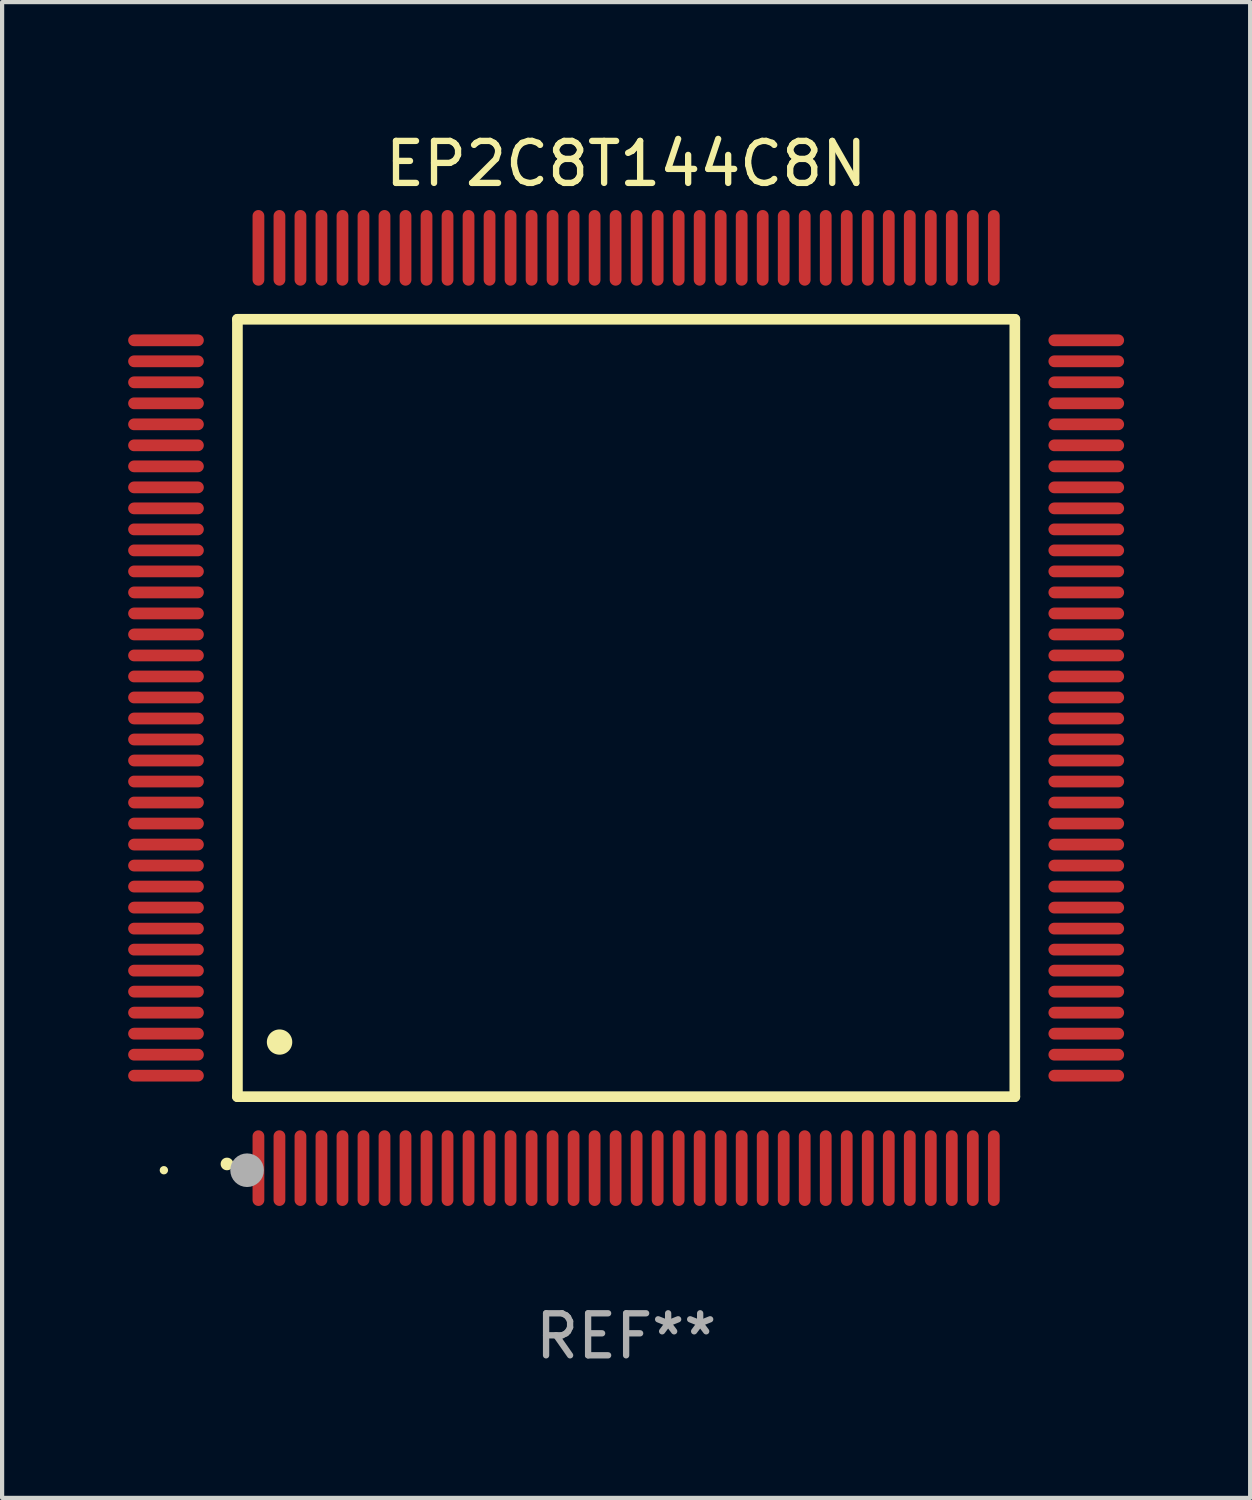
<source format=kicad_pcb>
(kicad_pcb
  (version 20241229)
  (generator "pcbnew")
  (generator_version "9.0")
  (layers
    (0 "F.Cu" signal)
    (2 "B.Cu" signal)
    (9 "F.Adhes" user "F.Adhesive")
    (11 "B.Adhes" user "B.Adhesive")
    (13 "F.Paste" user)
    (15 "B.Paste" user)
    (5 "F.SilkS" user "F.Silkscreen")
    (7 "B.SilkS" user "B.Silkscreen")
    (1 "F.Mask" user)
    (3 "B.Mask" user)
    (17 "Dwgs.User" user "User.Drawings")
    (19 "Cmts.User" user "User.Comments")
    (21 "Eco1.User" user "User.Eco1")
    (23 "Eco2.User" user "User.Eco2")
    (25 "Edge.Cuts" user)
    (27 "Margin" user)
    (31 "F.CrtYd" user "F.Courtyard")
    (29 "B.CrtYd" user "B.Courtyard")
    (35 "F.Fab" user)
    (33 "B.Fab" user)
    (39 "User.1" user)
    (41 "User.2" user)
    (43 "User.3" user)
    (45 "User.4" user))
  (footprint "EP2C8T144C8N"
    (layer "F.Cu")
    (at 11.85 13.798)
    (property "Reference" "EP2C8T144C8N" (at 0 -12.95 0) (layer "F.SilkS") (effects (font (size 1 1) (thickness 0.15))))
    (attr through_hole)
    (fp_line (start -9.25 -9.25) (end -9.25 9.25) (stroke (width 0.254) (type solid)) (layer "F.SilkS"))
    (fp_line (start -9.25 9.25) (end 9.25 9.25) (stroke (width 0.254) (type solid)) (layer "F.SilkS"))
    (fp_line (start 9.25 -9.25) (end -9.25 -9.25) (stroke (width 0.254) (type solid)) (layer "F.SilkS"))
    (fp_line (start 9.25 9.25) (end 9.25 -9.25) (stroke (width 0.254) (type solid)) (layer "F.SilkS"))
    (fp_arc (start -9.499619 10.850902) (mid -9.498349 10.850897) (end -9.497079 10.850902) (stroke (width 0.3) (type solid)) (layer "F.SilkS"))
    (fp_arc (start -8.249936 7.950216) (mid -8.247396 7.950205) (end -8.244856 7.950216) (stroke (width 0.6) (type solid)) (layer "F.SilkS"))
    (fp_circle (center -11 11) (end -10.95 11) (stroke (width 0.1) (type solid)) (fill no) (layer "F.SilkS"))
    (fp_circle (center -9.02 11) (end -8.82 11) (stroke (width 0.4) (type solid)) (fill no) (layer "F.Fab"))
    (fp_text user "REF**" (at 0 14.95 0) (layer "F.Fab") (effects (font (size 1 1) (thickness 0.15))))
    (pad "1" smd oval (at -8.75 10.95) (size 0.28 1.8) (layers "F.Cu" "F.Mask" "F.Paste"))
    (pad "2" smd oval (at -8.25 10.95) (size 0.28 1.8) (layers "F.Cu" "F.Mask" "F.Paste"))
    (pad "3" smd oval (at -7.75 10.95) (size 0.28 1.8) (layers "F.Cu" "F.Mask" "F.Paste"))
    (pad "4" smd oval (at -7.25 10.95) (size 0.28 1.8) (layers "F.Cu" "F.Mask" "F.Paste"))
    (pad "5" smd oval (at -6.75 10.95) (size 0.28 1.8) (layers "F.Cu" "F.Mask" "F.Paste"))
    (pad "6" smd oval (at -6.25 10.95) (size 0.28 1.8) (layers "F.Cu" "F.Mask" "F.Paste"))
    (pad "7" smd oval (at -5.75 10.95) (size 0.28 1.8) (layers "F.Cu" "F.Mask" "F.Paste"))
    (pad "8" smd oval (at -5.25 10.95) (size 0.28 1.8) (layers "F.Cu" "F.Mask" "F.Paste"))
    (pad "9" smd oval (at -4.75 10.95) (size 0.28 1.8) (layers "F.Cu" "F.Mask" "F.Paste"))
    (pad "10" smd oval (at -4.25 10.95) (size 0.28 1.8) (layers "F.Cu" "F.Mask" "F.Paste"))
    (pad "11" smd oval (at -3.75 10.95) (size 0.28 1.8) (layers "F.Cu" "F.Mask" "F.Paste"))
    (pad "12" smd oval (at -3.25 10.95) (size 0.28 1.8) (layers "F.Cu" "F.Mask" "F.Paste"))
    (pad "13" smd oval (at -2.75 10.95) (size 0.28 1.8) (layers "F.Cu" "F.Mask" "F.Paste"))
    (pad "14" smd oval (at -2.25 10.95) (size 0.28 1.8) (layers "F.Cu" "F.Mask" "F.Paste"))
    (pad "15" smd oval (at -1.75 10.95) (size 0.28 1.8) (layers "F.Cu" "F.Mask" "F.Paste"))
    (pad "16" smd oval (at -1.25 10.95) (size 0.28 1.8) (layers "F.Cu" "F.Mask" "F.Paste"))
    (pad "17" smd oval (at -0.75 10.95) (size 0.28 1.8) (layers "F.Cu" "F.Mask" "F.Paste"))
    (pad "18" smd oval (at -0.25 10.95) (size 0.28 1.8) (layers "F.Cu" "F.Mask" "F.Paste"))
    (pad "19" smd oval (at 0.25 10.95) (size 0.28 1.8) (layers "F.Cu" "F.Mask" "F.Paste"))
    (pad "20" smd oval (at 0.75 10.95) (size 0.28 1.8) (layers "F.Cu" "F.Mask" "F.Paste"))
    (pad "21" smd oval (at 1.25 10.95) (size 0.28 1.8) (layers "F.Cu" "F.Mask" "F.Paste"))
    (pad "22" smd oval (at 1.75 10.95) (size 0.28 1.8) (layers "F.Cu" "F.Mask" "F.Paste"))
    (pad "23" smd oval (at 2.25 10.95) (size 0.28 1.8) (layers "F.Cu" "F.Mask" "F.Paste"))
    (pad "24" smd oval (at 2.75 10.95) (size 0.28 1.8) (layers "F.Cu" "F.Mask" "F.Paste"))
    (pad "25" smd oval (at 3.25 10.95) (size 0.28 1.8) (layers "F.Cu" "F.Mask" "F.Paste"))
    (pad "26" smd oval (at 3.75 10.95) (size 0.28 1.8) (layers "F.Cu" "F.Mask" "F.Paste"))
    (pad "27" smd oval (at 4.25 10.95) (size 0.28 1.8) (layers "F.Cu" "F.Mask" "F.Paste"))
    (pad "28" smd oval (at 4.75 10.95) (size 0.28 1.8) (layers "F.Cu" "F.Mask" "F.Paste"))
    (pad "29" smd oval (at 5.25 10.95) (size 0.28 1.8) (layers "F.Cu" "F.Mask" "F.Paste"))
    (pad "30" smd oval (at 5.75 10.95) (size 0.28 1.8) (layers "F.Cu" "F.Mask" "F.Paste"))
    (pad "31" smd oval (at 6.25 10.95) (size 0.28 1.8) (layers "F.Cu" "F.Mask" "F.Paste"))
    (pad "32" smd oval (at 6.75 10.95) (size 0.28 1.8) (layers "F.Cu" "F.Mask" "F.Paste"))
    (pad "33" smd oval (at 7.25 10.95) (size 0.28 1.8) (layers "F.Cu" "F.Mask" "F.Paste"))
    (pad "34" smd oval (at 7.75 10.95) (size 0.28 1.8) (layers "F.Cu" "F.Mask" "F.Paste"))
    (pad "35" smd oval (at 8.25 10.95) (size 0.28 1.8) (layers "F.Cu" "F.Mask" "F.Paste"))
    (pad "36" smd oval (at 8.75 10.95) (size 0.28 1.8) (layers "F.Cu" "F.Mask" "F.Paste"))
    (pad "37" smd oval (at 10.95 8.75) (size 1.8 0.28) (layers "F.Cu" "F.Mask" "F.Paste"))
    (pad "38" smd oval (at 10.95 8.25) (size 1.8 0.28) (layers "F.Cu" "F.Mask" "F.Paste"))
    (pad "39" smd oval (at 10.95 7.75) (size 1.8 0.28) (layers "F.Cu" "F.Mask" "F.Paste"))
    (pad "40" smd oval (at 10.95 7.25) (size 1.8 0.28) (layers "F.Cu" "F.Mask" "F.Paste"))
    (pad "41" smd oval (at 10.95 6.75) (size 1.8 0.28) (layers "F.Cu" "F.Mask" "F.Paste"))
    (pad "42" smd oval (at 10.95 6.25) (size 1.8 0.28) (layers "F.Cu" "F.Mask" "F.Paste"))
    (pad "43" smd oval (at 10.95 5.75) (size 1.8 0.28) (layers "F.Cu" "F.Mask" "F.Paste"))
    (pad "44" smd oval (at 10.95 5.25) (size 1.8 0.28) (layers "F.Cu" "F.Mask" "F.Paste"))
    (pad "45" smd oval (at 10.95 4.75) (size 1.8 0.28) (layers "F.Cu" "F.Mask" "F.Paste"))
    (pad "46" smd oval (at 10.95 4.25) (size 1.8 0.28) (layers "F.Cu" "F.Mask" "F.Paste"))
    (pad "47" smd oval (at 10.95 3.75) (size 1.8 0.28) (layers "F.Cu" "F.Mask" "F.Paste"))
    (pad "48" smd oval (at 10.95 3.25) (size 1.8 0.28) (layers "F.Cu" "F.Mask" "F.Paste"))
    (pad "49" smd oval (at 10.95 2.75) (size 1.8 0.28) (layers "F.Cu" "F.Mask" "F.Paste"))
    (pad "50" smd oval (at 10.95 2.25) (size 1.8 0.28) (layers "F.Cu" "F.Mask" "F.Paste"))
    (pad "51" smd oval (at 10.95 1.75) (size 1.8 0.28) (layers "F.Cu" "F.Mask" "F.Paste"))
    (pad "52" smd oval (at 10.95 1.25) (size 1.8 0.28) (layers "F.Cu" "F.Mask" "F.Paste"))
    (pad "53" smd oval (at 10.95 0.75) (size 1.8 0.28) (layers "F.Cu" "F.Mask" "F.Paste"))
    (pad "54" smd oval (at 10.95 0.25) (size 1.8 0.28) (layers "F.Cu" "F.Mask" "F.Paste"))
    (pad "55" smd oval (at 10.95 -0.25) (size 1.8 0.28) (layers "F.Cu" "F.Mask" "F.Paste"))
    (pad "56" smd oval (at 10.95 -0.75) (size 1.8 0.28) (layers "F.Cu" "F.Mask" "F.Paste"))
    (pad "57" smd oval (at 10.95 -1.25) (size 1.8 0.28) (layers "F.Cu" "F.Mask" "F.Paste"))
    (pad "58" smd oval (at 10.95 -1.75) (size 1.8 0.28) (layers "F.Cu" "F.Mask" "F.Paste"))
    (pad "59" smd oval (at 10.95 -2.25) (size 1.8 0.28) (layers "F.Cu" "F.Mask" "F.Paste"))
    (pad "60" smd oval (at 10.95 -2.75) (size 1.8 0.28) (layers "F.Cu" "F.Mask" "F.Paste"))
    (pad "61" smd oval (at 10.95 -3.25) (size 1.8 0.28) (layers "F.Cu" "F.Mask" "F.Paste"))
    (pad "62" smd oval (at 10.95 -3.75) (size 1.8 0.28) (layers "F.Cu" "F.Mask" "F.Paste"))
    (pad "63" smd oval (at 10.95 -4.25) (size 1.8 0.28) (layers "F.Cu" "F.Mask" "F.Paste"))
    (pad "64" smd oval (at 10.95 -4.75) (size 1.8 0.28) (layers "F.Cu" "F.Mask" "F.Paste"))
    (pad "65" smd oval (at 10.95 -5.25) (size 1.8 0.28) (layers "F.Cu" "F.Mask" "F.Paste"))
    (pad "66" smd oval (at 10.95 -5.75) (size 1.8 0.28) (layers "F.Cu" "F.Mask" "F.Paste"))
    (pad "67" smd oval (at 10.95 -6.25) (size 1.8 0.28) (layers "F.Cu" "F.Mask" "F.Paste"))
    (pad "68" smd oval (at 10.95 -6.75) (size 1.8 0.28) (layers "F.Cu" "F.Mask" "F.Paste"))
    (pad "69" smd oval (at 10.95 -7.25) (size 1.8 0.28) (layers "F.Cu" "F.Mask" "F.Paste"))
    (pad "70" smd oval (at 10.95 -7.75) (size 1.8 0.28) (layers "F.Cu" "F.Mask" "F.Paste"))
    (pad "71" smd oval (at 10.95 -8.25) (size 1.8 0.28) (layers "F.Cu" "F.Mask" "F.Paste"))
    (pad "72" smd oval (at 10.95 -8.75) (size 1.8 0.28) (layers "F.Cu" "F.Mask" "F.Paste"))
    (pad "73" smd oval (at 8.75 -10.95) (size 0.28 1.8) (layers "F.Cu" "F.Mask" "F.Paste"))
    (pad "74" smd oval (at 8.25 -10.95) (size 0.28 1.8) (layers "F.Cu" "F.Mask" "F.Paste"))
    (pad "75" smd oval (at 7.75 -10.95) (size 0.28 1.8) (layers "F.Cu" "F.Mask" "F.Paste"))
    (pad "76" smd oval (at 7.25 -10.95) (size 0.28 1.8) (layers "F.Cu" "F.Mask" "F.Paste"))
    (pad "77" smd oval (at 6.75 -10.95) (size 0.28 1.8) (layers "F.Cu" "F.Mask" "F.Paste"))
    (pad "78" smd oval (at 6.25 -10.95) (size 0.28 1.8) (layers "F.Cu" "F.Mask" "F.Paste"))
    (pad "79" smd oval (at 5.75 -10.95) (size 0.28 1.8) (layers "F.Cu" "F.Mask" "F.Paste"))
    (pad "80" smd oval (at 5.25 -10.95) (size 0.28 1.8) (layers "F.Cu" "F.Mask" "F.Paste"))
    (pad "81" smd oval (at 4.75 -10.95) (size 0.28 1.8) (layers "F.Cu" "F.Mask" "F.Paste"))
    (pad "82" smd oval (at 4.25 -10.95) (size 0.28 1.8) (layers "F.Cu" "F.Mask" "F.Paste"))
    (pad "83" smd oval (at 3.75 -10.95) (size 0.28 1.8) (layers "F.Cu" "F.Mask" "F.Paste"))
    (pad "84" smd oval (at 3.25 -10.95) (size 0.28 1.8) (layers "F.Cu" "F.Mask" "F.Paste"))
    (pad "85" smd oval (at 2.75 -10.95) (size 0.28 1.8) (layers "F.Cu" "F.Mask" "F.Paste"))
    (pad "86" smd oval (at 2.25 -10.95) (size 0.28 1.8) (layers "F.Cu" "F.Mask" "F.Paste"))
    (pad "87" smd oval (at 1.75 -10.95) (size 0.28 1.8) (layers "F.Cu" "F.Mask" "F.Paste"))
    (pad "88" smd oval (at 1.25 -10.95) (size 0.28 1.8) (layers "F.Cu" "F.Mask" "F.Paste"))
    (pad "89" smd oval (at 0.75 -10.95) (size 0.28 1.8) (layers "F.Cu" "F.Mask" "F.Paste"))
    (pad "90" smd oval (at 0.25 -10.95) (size 0.28 1.8) (layers "F.Cu" "F.Mask" "F.Paste"))
    (pad "91" smd oval (at -0.25 -10.95) (size 0.28 1.8) (layers "F.Cu" "F.Mask" "F.Paste"))
    (pad "92" smd oval (at -0.75 -10.95) (size 0.28 1.8) (layers "F.Cu" "F.Mask" "F.Paste"))
    (pad "93" smd oval (at -1.25 -10.95) (size 0.28 1.8) (layers "F.Cu" "F.Mask" "F.Paste"))
    (pad "94" smd oval (at -1.75 -10.95) (size 0.28 1.8) (layers "F.Cu" "F.Mask" "F.Paste"))
    (pad "95" smd oval (at -2.25 -10.95) (size 0.28 1.8) (layers "F.Cu" "F.Mask" "F.Paste"))
    (pad "96" smd oval (at -2.75 -10.95) (size 0.28 1.8) (layers "F.Cu" "F.Mask" "F.Paste"))
    (pad "97" smd oval (at -3.25 -10.95) (size 0.28 1.8) (layers "F.Cu" "F.Mask" "F.Paste"))
    (pad "98" smd oval (at -3.75 -10.95) (size 0.28 1.8) (layers "F.Cu" "F.Mask" "F.Paste"))
    (pad "99" smd oval (at -4.25 -10.95) (size 0.28 1.8) (layers "F.Cu" "F.Mask" "F.Paste"))
    (pad "100" smd oval (at -4.75 -10.95) (size 0.28 1.8) (layers "F.Cu" "F.Mask" "F.Paste"))
    (pad "101" smd oval (at -5.25 -10.95) (size 0.28 1.8) (layers "F.Cu" "F.Mask" "F.Paste"))
    (pad "102" smd oval (at -5.75 -10.95) (size 0.28 1.8) (layers "F.Cu" "F.Mask" "F.Paste"))
    (pad "103" smd oval (at -6.25 -10.95) (size 0.28 1.8) (layers "F.Cu" "F.Mask" "F.Paste"))
    (pad "104" smd oval (at -6.75 -10.95) (size 0.28 1.8) (layers "F.Cu" "F.Mask" "F.Paste"))
    (pad "105" smd oval (at -7.25 -10.95) (size 0.28 1.8) (layers "F.Cu" "F.Mask" "F.Paste"))
    (pad "106" smd oval (at -7.75 -10.95) (size 0.28 1.8) (layers "F.Cu" "F.Mask" "F.Paste"))
    (pad "107" smd oval (at -8.25 -10.95) (size 0.28 1.8) (layers "F.Cu" "F.Mask" "F.Paste"))
    (pad "108" smd oval (at -8.75 -10.95) (size 0.28 1.8) (layers "F.Cu" "F.Mask" "F.Paste"))
    (pad "109" smd oval (at -10.95 -8.75) (size 1.8 0.28) (layers "F.Cu" "F.Mask" "F.Paste"))
    (pad "110" smd oval (at -10.95 -8.25) (size 1.8 0.28) (layers "F.Cu" "F.Mask" "F.Paste"))
    (pad "111" smd oval (at -10.95 -7.75) (size 1.8 0.28) (layers "F.Cu" "F.Mask" "F.Paste"))
    (pad "112" smd oval (at -10.95 -7.25) (size 1.8 0.28) (layers "F.Cu" "F.Mask" "F.Paste"))
    (pad "113" smd oval (at -10.95 -6.75) (size 1.8 0.28) (layers "F.Cu" "F.Mask" "F.Paste"))
    (pad "114" smd oval (at -10.95 -6.25) (size 1.8 0.28) (layers "F.Cu" "F.Mask" "F.Paste"))
    (pad "115" smd oval (at -10.95 -5.75) (size 1.8 0.28) (layers "F.Cu" "F.Mask" "F.Paste"))
    (pad "116" smd oval (at -10.95 -5.25) (size 1.8 0.28) (layers "F.Cu" "F.Mask" "F.Paste"))
    (pad "117" smd oval (at -10.95 -4.75) (size 1.8 0.28) (layers "F.Cu" "F.Mask" "F.Paste"))
    (pad "118" smd oval (at -10.95 -4.25) (size 1.8 0.28) (layers "F.Cu" "F.Mask" "F.Paste"))
    (pad "119" smd oval (at -10.95 -3.75) (size 1.8 0.28) (layers "F.Cu" "F.Mask" "F.Paste"))
    (pad "120" smd oval (at -10.95 -3.25) (size 1.8 0.28) (layers "F.Cu" "F.Mask" "F.Paste"))
    (pad "121" smd oval (at -10.95 -2.75) (size 1.8 0.28) (layers "F.Cu" "F.Mask" "F.Paste"))
    (pad "122" smd oval (at -10.95 -2.25) (size 1.8 0.28) (layers "F.Cu" "F.Mask" "F.Paste"))
    (pad "123" smd oval (at -10.95 -1.75) (size 1.8 0.28) (layers "F.Cu" "F.Mask" "F.Paste"))
    (pad "124" smd oval (at -10.95 -1.25) (size 1.8 0.28) (layers "F.Cu" "F.Mask" "F.Paste"))
    (pad "125" smd oval (at -10.95 -0.75) (size 1.8 0.28) (layers "F.Cu" "F.Mask" "F.Paste"))
    (pad "126" smd oval (at -10.95 -0.25) (size 1.8 0.28) (layers "F.Cu" "F.Mask" "F.Paste"))
    (pad "127" smd oval (at -10.95 0.25) (size 1.8 0.28) (layers "F.Cu" "F.Mask" "F.Paste"))
    (pad "128" smd oval (at -10.95 0.75) (size 1.8 0.28) (layers "F.Cu" "F.Mask" "F.Paste"))
    (pad "129" smd oval (at -10.95 1.25) (size 1.8 0.28) (layers "F.Cu" "F.Mask" "F.Paste"))
    (pad "130" smd oval (at -10.95 1.75) (size 1.8 0.28) (layers "F.Cu" "F.Mask" "F.Paste"))
    (pad "131" smd oval (at -10.95 2.25) (size 1.8 0.28) (layers "F.Cu" "F.Mask" "F.Paste"))
    (pad "132" smd oval (at -10.95 2.75) (size 1.8 0.28) (layers "F.Cu" "F.Mask" "F.Paste"))
    (pad "133" smd oval (at -10.95 3.25) (size 1.8 0.28) (layers "F.Cu" "F.Mask" "F.Paste"))
    (pad "134" smd oval (at -10.95 3.75) (size 1.8 0.28) (layers "F.Cu" "F.Mask" "F.Paste"))
    (pad "135" smd oval (at -10.95 4.25) (size 1.8 0.28) (layers "F.Cu" "F.Mask" "F.Paste"))
    (pad "136" smd oval (at -10.95 4.75) (size 1.8 0.28) (layers "F.Cu" "F.Mask" "F.Paste"))
    (pad "137" smd oval (at -10.95 5.25) (size 1.8 0.28) (layers "F.Cu" "F.Mask" "F.Paste"))
    (pad "138" smd oval (at -10.95 5.75) (size 1.8 0.28) (layers "F.Cu" "F.Mask" "F.Paste"))
    (pad "139" smd oval (at -10.95 6.25) (size 1.8 0.28) (layers "F.Cu" "F.Mask" "F.Paste"))
    (pad "140" smd oval (at -10.95 6.75) (size 1.8 0.28) (layers "F.Cu" "F.Mask" "F.Paste"))
    (pad "141" smd oval (at -10.95 7.25) (size 1.8 0.28) (layers "F.Cu" "F.Mask" "F.Paste"))
    (pad "142" smd oval (at -10.95 7.75) (size 1.8 0.28) (layers "F.Cu" "F.Mask" "F.Paste"))
    (pad "143" smd oval (at -10.95 8.25) (size 1.8 0.28) (layers "F.Cu" "F.Mask" "F.Paste"))
    (pad "144" smd oval (at -10.95 8.75) (size 1.8 0.28) (layers "F.Cu" "F.Mask" "F.Paste")))
  (gr_rect
    (start -3 -3)
    (end 26.7 32.596)
    (stroke (width 0.1) (type default))
    (fill no)
    (layer "Edge.Cuts")))
</source>
